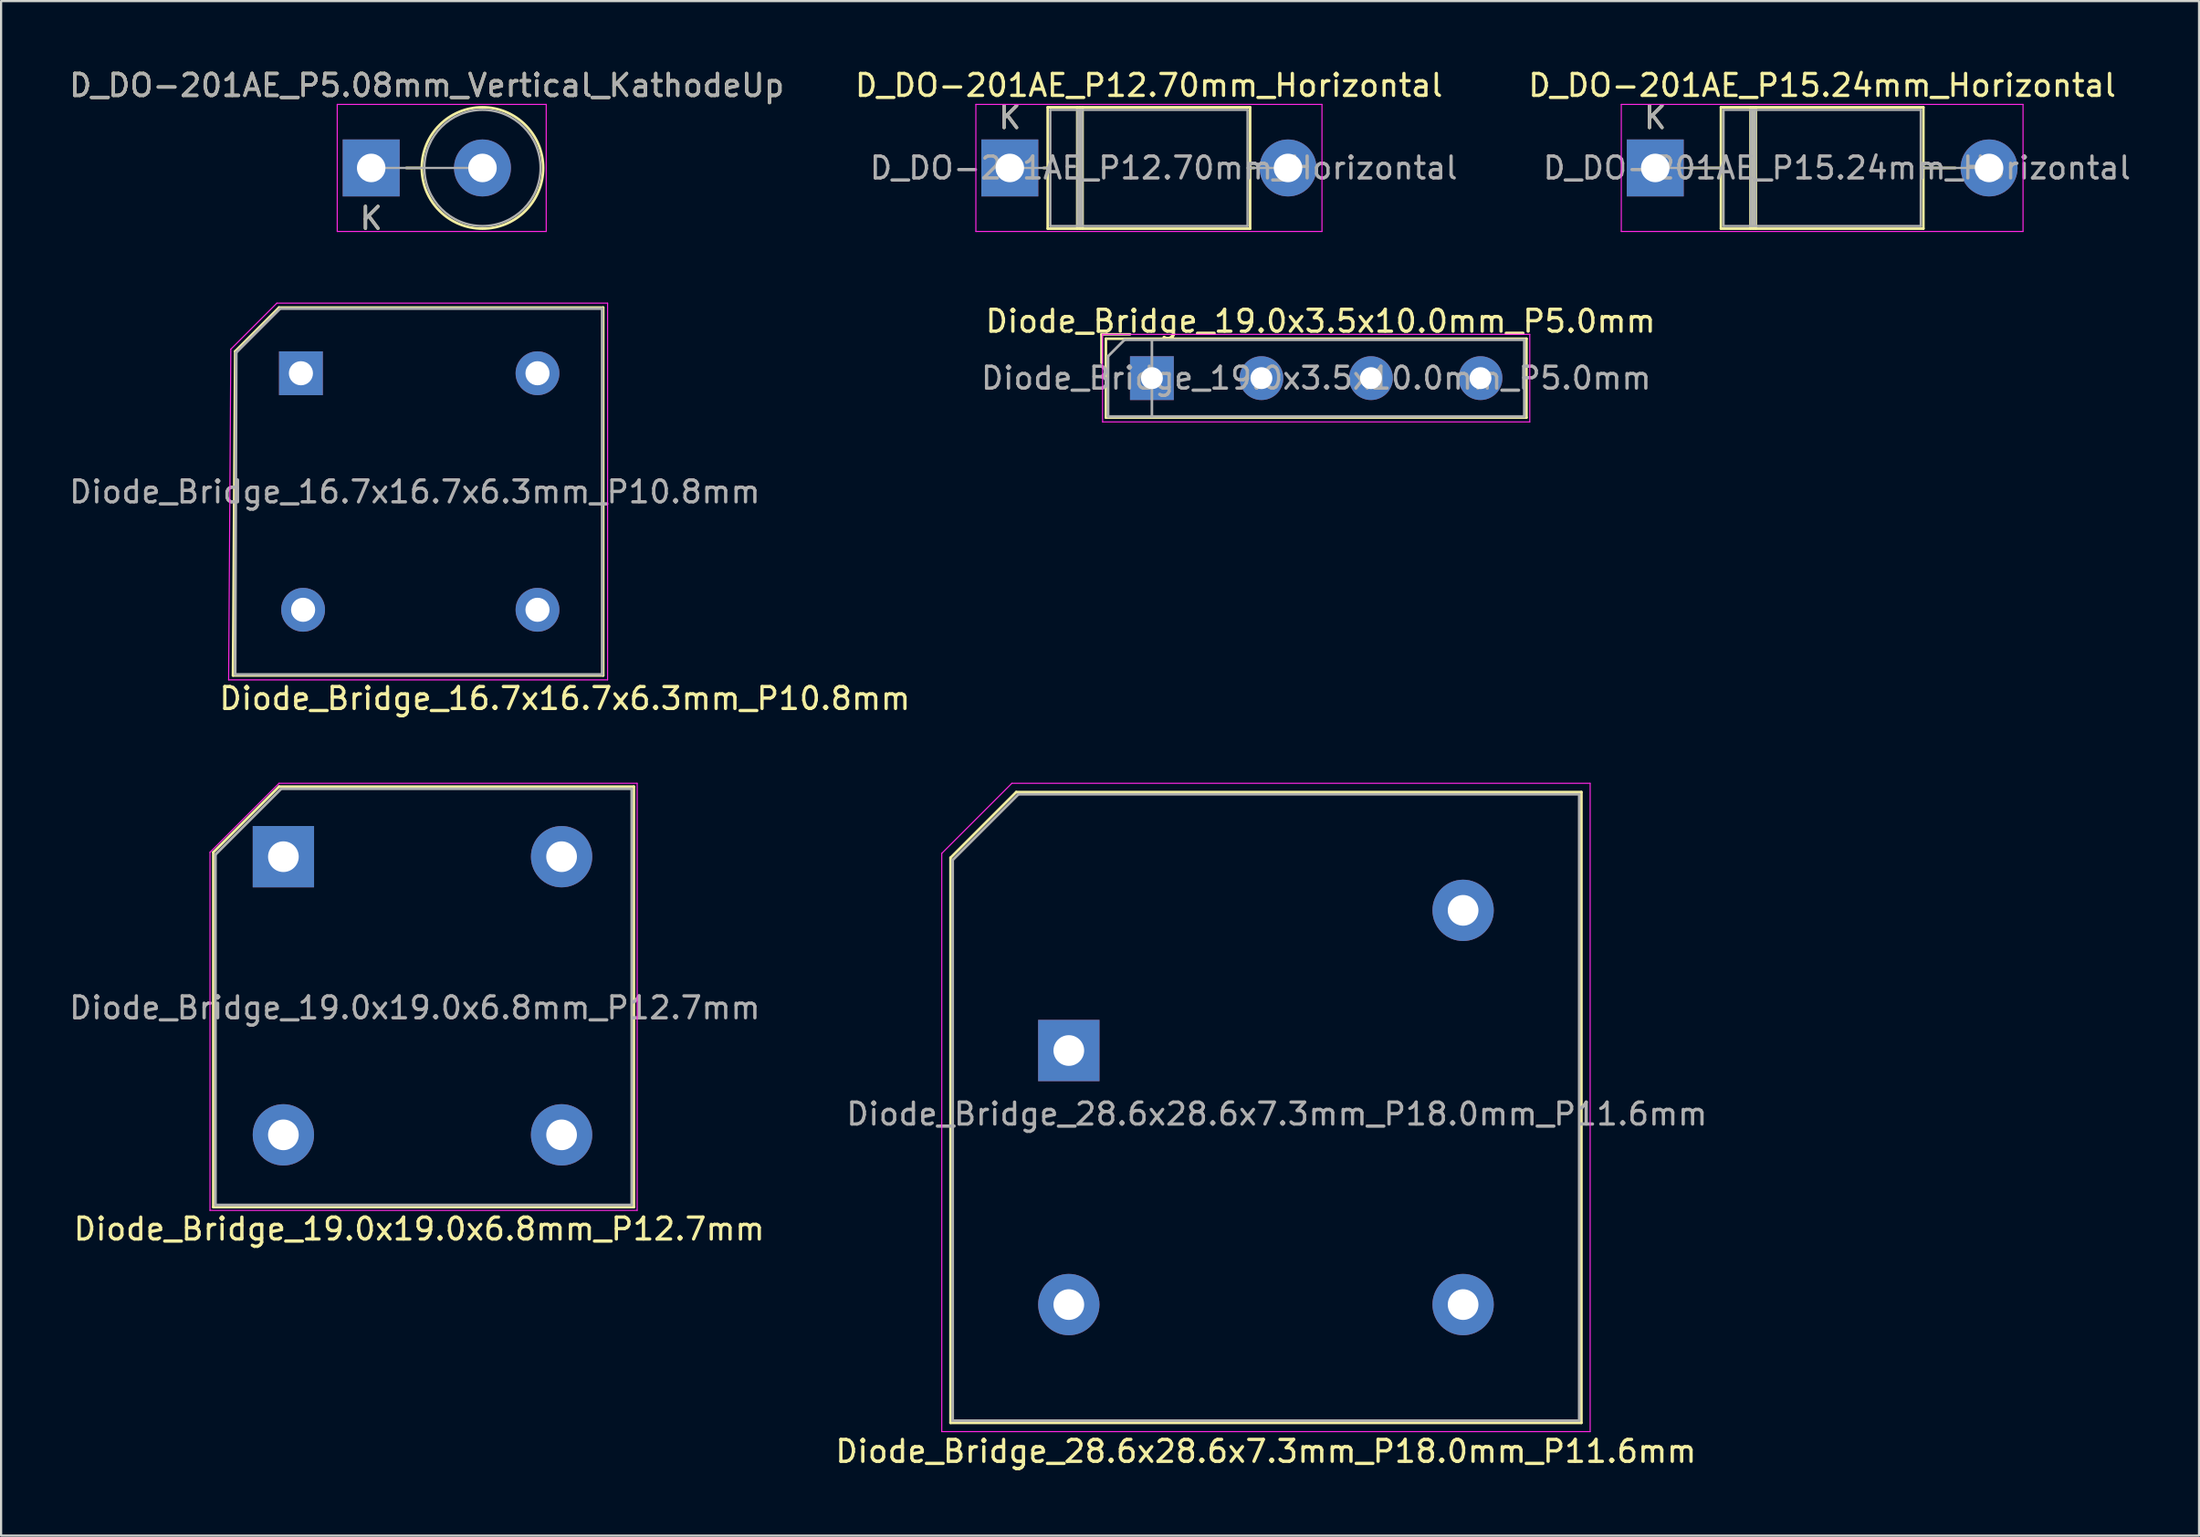
<source format=kicad_pcb>
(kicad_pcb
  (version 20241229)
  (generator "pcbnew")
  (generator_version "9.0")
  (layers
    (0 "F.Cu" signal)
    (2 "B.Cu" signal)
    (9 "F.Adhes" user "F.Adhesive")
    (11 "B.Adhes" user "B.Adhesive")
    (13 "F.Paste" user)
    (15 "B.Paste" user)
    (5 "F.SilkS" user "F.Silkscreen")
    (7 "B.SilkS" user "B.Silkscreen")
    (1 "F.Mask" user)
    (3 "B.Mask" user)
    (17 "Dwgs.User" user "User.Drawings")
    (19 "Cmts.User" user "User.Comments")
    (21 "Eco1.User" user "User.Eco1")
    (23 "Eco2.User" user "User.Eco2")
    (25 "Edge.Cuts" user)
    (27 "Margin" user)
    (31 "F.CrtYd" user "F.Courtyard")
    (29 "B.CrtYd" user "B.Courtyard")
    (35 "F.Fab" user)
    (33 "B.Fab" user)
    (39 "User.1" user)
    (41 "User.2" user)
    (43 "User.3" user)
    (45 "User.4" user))
  (footprint "D_DO-201AE_P5.08mm_Vertical_KathodeUp"
    (layer "F.Cu")
    (at 13.895 4.618)
    (property "Reference" "D_DO-201AE_P5.08mm_Vertical_KathodeUp" (at 2.54 -3.77 0) (layer "F.SilkS") (effects (font (size 1 1) (thickness 0.15))))
    (attr through_hole)
    (fp_line (start 2.31 0) (end 1.6 0) (stroke (width 0.12) (type solid)) (layer "F.SilkS"))
    (fp_circle (center 5.08 0) (end 7.85 0) (stroke (width 0.12) (type solid)) (fill no) (layer "F.SilkS"))
    (fp_line (start -1.55 -2.9) (end -1.55 2.9) (stroke (width 0.05) (type solid)) (layer "F.CrtYd"))
    (fp_line (start -1.55 2.9) (end 7.99 2.9) (stroke (width 0.05) (type solid)) (layer "F.CrtYd"))
    (fp_line (start 7.99 -2.9) (end -1.55 -2.9) (stroke (width 0.05) (type solid)) (layer "F.CrtYd"))
    (fp_line (start 7.99 2.9) (end 7.99 -2.9) (stroke (width 0.05) (type solid)) (layer "F.CrtYd"))
    (fp_line (start 0 0) (end 5.08 0) (stroke (width 0.1) (type solid)) (layer "F.Fab"))
    (fp_circle (center 5.08 0) (end 7.73 0) (stroke (width 0.1) (type solid)) (fill no) (layer "F.Fab"))
    (fp_text user "K" (at 0 2.3 0) (layer "F.SilkS") (effects (font (size 1 1) (thickness 0.15))))
    (fp_text user "${REFERENCE}" (at 2.54 -3.77 0) (layer "F.Fab") (effects (font (size 1 1) (thickness 0.15))))
    (fp_text user "K" (at 0 2.3 0) (layer "F.Fab") (effects (font (size 1 1) (thickness 0.15))))
    (pad "1" thru_hole rect (at 0 0) (size 2.6 2.6) (drill 1.3) (layers "*.Cu" "*.Mask"))
    (pad "2" thru_hole oval (at 5.08 0) (size 2.6 2.6) (drill 1.3) (layers "*.Cu" "*.Mask")))
  (footprint "D_DO-201AE_P12.70mm_Horizontal"
    (layer "F.Cu")
    (at 43.049 4.618)
    (property "Reference" "D_DO-201AE_P12.70mm_Horizontal" (at 6.35 -3.77 0) (layer "F.SilkS") (effects (font (size 1 1) (thickness 0.15))))
    (attr through_hole)
    (fp_line (start 1.54 0) (end 1.73 0) (stroke (width 0.12) (type solid)) (layer "F.SilkS"))
    (fp_line (start 1.73 -2.77) (end 1.73 2.77) (stroke (width 0.12) (type solid)) (layer "F.SilkS"))
    (fp_line (start 1.73 2.77) (end 10.97 2.77) (stroke (width 0.12) (type solid)) (layer "F.SilkS"))
    (fp_line (start 3.08 -2.77) (end 3.08 2.77) (stroke (width 0.12) (type solid)) (layer "F.SilkS"))
    (fp_line (start 3.2 -2.77) (end 3.2 2.77) (stroke (width 0.12) (type solid)) (layer "F.SilkS"))
    (fp_line (start 3.32 -2.77) (end 3.32 2.77) (stroke (width 0.12) (type solid)) (layer "F.SilkS"))
    (fp_line (start 10.97 -2.77) (end 1.73 -2.77) (stroke (width 0.12) (type solid)) (layer "F.SilkS"))
    (fp_line (start 10.97 2.77) (end 10.97 -2.77) (stroke (width 0.12) (type solid)) (layer "F.SilkS"))
    (fp_line (start 11.16 0) (end 10.97 0) (stroke (width 0.12) (type solid)) (layer "F.SilkS"))
    (fp_line (start -1.55 -2.9) (end -1.55 2.9) (stroke (width 0.05) (type solid)) (layer "F.CrtYd"))
    (fp_line (start -1.55 2.9) (end 14.25 2.9) (stroke (width 0.05) (type solid)) (layer "F.CrtYd"))
    (fp_line (start 14.25 -2.9) (end -1.55 -2.9) (stroke (width 0.05) (type solid)) (layer "F.CrtYd"))
    (fp_line (start 14.25 2.9) (end 14.25 -2.9) (stroke (width 0.05) (type solid)) (layer "F.CrtYd"))
    (fp_line (start 0 0) (end 1.85 0) (stroke (width 0.1) (type solid)) (layer "F.Fab"))
    (fp_line (start 1.85 -2.65) (end 1.85 2.65) (stroke (width 0.1) (type solid)) (layer "F.Fab"))
    (fp_line (start 1.85 2.65) (end 10.85 2.65) (stroke (width 0.1) (type solid)) (layer "F.Fab"))
    (fp_line (start 3.1 -2.65) (end 3.1 2.65) (stroke (width 0.1) (type solid)) (layer "F.Fab"))
    (fp_line (start 3.2 -2.65) (end 3.2 2.65) (stroke (width 0.1) (type solid)) (layer "F.Fab"))
    (fp_line (start 3.3 -2.65) (end 3.3 2.65) (stroke (width 0.1) (type solid)) (layer "F.Fab"))
    (fp_line (start 10.85 -2.65) (end 1.85 -2.65) (stroke (width 0.1) (type solid)) (layer "F.Fab"))
    (fp_line (start 10.85 2.65) (end 10.85 -2.65) (stroke (width 0.1) (type solid)) (layer "F.Fab"))
    (fp_line (start 12.7 0) (end 10.85 0) (stroke (width 0.1) (type solid)) (layer "F.Fab"))
    (fp_text user "K" (at 0 -2.3 0) (layer "F.SilkS") (effects (font (size 1 1) (thickness 0.15))))
    (fp_text user "${REFERENCE}" (at 7.025 0 0) (layer "F.Fab") (effects (font (size 1 1) (thickness 0.15))))
    (fp_text user "K" (at 0 -2.3 0) (layer "F.Fab") (effects (font (size 1 1) (thickness 0.15))))
    (pad "1" thru_hole rect (at 0 0) (size 2.6 2.6) (drill 1.3) (layers "*.Cu" "*.Mask"))
    (pad "2" thru_hole oval (at 12.7 0) (size 2.6 2.6) (drill 1.3) (layers "*.Cu" "*.Mask")))
  (footprint "Diode_Bridge_19.0x19.0x6.8mm_P12.7mm"
    (layer "F.Cu")
    (at 9.887 36.065)
    (property "Reference" "Diode_Bridge_19.0x19.0x6.8mm_P12.7mm" (at 6.2 17 180) (layer "F.SilkS") (effects (font (size 1 1) (thickness 0.15))))
    (attr through_hole)
    (fp_line (start -3.2 -0.2) (end -0.2 -3.2) (stroke (width 0.12) (type solid)) (layer "F.SilkS"))
    (fp_line (start -3.2 16) (end -3.2 -0.2) (stroke (width 0.12) (type solid)) (layer "F.SilkS"))
    (fp_line (start -0.2 -3.2) (end 16 -3.2) (stroke (width 0.12) (type solid)) (layer "F.SilkS"))
    (fp_line (start 16 -3.2) (end 16 16) (stroke (width 0.12) (type solid)) (layer "F.SilkS"))
    (fp_line (start 16 16) (end -3.2 16) (stroke (width 0.12) (type solid)) (layer "F.SilkS"))
    (fp_line (start -3.35 -0.2) (end -3.35 16.15) (stroke (width 0.05) (type solid)) (layer "F.CrtYd"))
    (fp_line (start -3.35 16.15) (end 16.15 16.15) (stroke (width 0.05) (type solid)) (layer "F.CrtYd"))
    (fp_line (start -0.2 -3.35) (end -3.35 -0.2) (stroke (width 0.05) (type solid)) (layer "F.CrtYd"))
    (fp_line (start 16.15 -3.35) (end -0.2 -3.35) (stroke (width 0.05) (type solid)) (layer "F.CrtYd"))
    (fp_line (start 16.15 16.15) (end 16.15 -3.35) (stroke (width 0.05) (type solid)) (layer "F.CrtYd"))
    (fp_line (start -3.1 -0.1) (end -0.1 -3.1) (stroke (width 0.12) (type solid)) (layer "F.Fab"))
    (fp_line (start -3.1 15.9) (end -3.1 -0.1) (stroke (width 0.12) (type solid)) (layer "F.Fab"))
    (fp_line (start -0.1 -3.1) (end 15.9 -3.1) (stroke (width 0.12) (type solid)) (layer "F.Fab"))
    (fp_line (start 15.9 -3.1) (end 15.9 15.9) (stroke (width 0.12) (type solid)) (layer "F.Fab"))
    (fp_line (start 15.9 15.9) (end -3.1 15.9) (stroke (width 0.12) (type solid)) (layer "F.Fab"))
    (fp_text user "${REFERENCE}" (at 6 6.9 180) (layer "F.Fab") (effects (font (size 1 1) (thickness 0.15))))
    (pad "1" thru_hole rect (at 0 0 180) (size 2.8 2.8) (drill 1.4) (layers "*.Cu" "*.Mask"))
    (pad "2" thru_hole circle (at 0 12.7 180) (size 2.8 2.8) (drill 1.4) (layers "*.Cu" "*.Mask"))
    (pad "3" thru_hole circle (at 12.7 12.7 180) (size 2.8 2.8) (drill 1.4) (layers "*.Cu" "*.Mask"))
    (pad "4" thru_hole circle (at 12.7 0 180) (size 2.8 2.8) (drill 1.4) (layers "*.Cu" "*.Mask")))
  (footprint "Diode_Bridge_28.6x28.6x7.3mm_P18.0mm_P11.6mm"
    (layer "F.Cu")
    (at 45.742 44.915)
    (property "Reference" "Diode_Bridge_28.6x28.6x7.3mm_P18.0mm_P11.6mm" (at 9 18.3 180) (layer "F.SilkS") (effects (font (size 1 1) (thickness 0.15))))
    (attr through_hole)
    (fp_line (start -5.4 -8.8) (end -5.4 17) (stroke (width 0.12) (type solid)) (layer "F.SilkS"))
    (fp_line (start -5.4 17) (end 23.4 17) (stroke (width 0.12) (type solid)) (layer "F.SilkS"))
    (fp_line (start -2.4 -11.8) (end -5.4 -8.8) (stroke (width 0.12) (type solid)) (layer "F.SilkS"))
    (fp_line (start 23.4 -11.8) (end -2.4 -11.8) (stroke (width 0.12) (type solid)) (layer "F.SilkS"))
    (fp_line (start 23.4 17) (end 23.4 -11.8) (stroke (width 0.12) (type solid)) (layer "F.SilkS"))
    (fp_line (start -5.8 -9) (end -5.8 17.4) (stroke (width 0.05) (type solid)) (layer "F.CrtYd"))
    (fp_line (start -5.8 17.4) (end 23.8 17.4) (stroke (width 0.05) (type solid)) (layer "F.CrtYd"))
    (fp_line (start -2.6 -12.2) (end -5.8 -9) (stroke (width 0.05) (type solid)) (layer "F.CrtYd"))
    (fp_line (start 23.8 -12.2) (end -2.6 -12.2) (stroke (width 0.05) (type solid)) (layer "F.CrtYd"))
    (fp_line (start 23.8 17.4) (end 23.8 -12.2) (stroke (width 0.05) (type solid)) (layer "F.CrtYd"))
    (fp_line (start -5.3 -8.7) (end -5.3 16.9) (stroke (width 0.12) (type solid)) (layer "F.Fab"))
    (fp_line (start -5.3 16.9) (end 23.3 16.9) (stroke (width 0.12) (type solid)) (layer "F.Fab"))
    (fp_line (start -2.3 -11.7) (end -5.3 -8.7) (stroke (width 0.12) (type solid)) (layer "F.Fab"))
    (fp_line (start 23.3 -11.7) (end -2.3 -11.7) (stroke (width 0.12) (type solid)) (layer "F.Fab"))
    (fp_line (start 23.3 16.9) (end 23.3 -11.7) (stroke (width 0.12) (type solid)) (layer "F.Fab"))
    (fp_text user "${REFERENCE}" (at 9.5 2.9 180) (layer "F.Fab") (effects (font (size 1 1) (thickness 0.15))))
    (pad "1" thru_hole rect (at 0 0 180) (size 2.8 2.8) (drill 1.4) (layers "*.Cu" "*.Mask"))
    (pad "2" thru_hole circle (at 0 11.6 180) (size 2.8 2.8) (drill 1.4) (layers "*.Cu" "*.Mask"))
    (pad "3" thru_hole circle (at 18 11.6 180) (size 2.8 2.8) (drill 1.4) (layers "*.Cu" "*.Mask"))
    (pad "4" thru_hole circle (at 18 -6.4 180) (size 2.8 2.8) (drill 1.4) (layers "*.Cu" "*.Mask")))
  (footprint "Diode_Bridge_19.0x3.5x10.0mm_P5.0mm"
    (layer "F.Cu")
    (at 49.535 14.215)
    (property "Reference" "Diode_Bridge_19.0x3.5x10.0mm_P5.0mm" (at 7.7 -2.6 180) (layer "F.SilkS") (effects (font (size 1 1) (thickness 0.15))))
    (attr through_hole)
    (fp_line (start -2.3 -2) (end -1 -2) (stroke (width 0.12) (type solid)) (layer "F.SilkS"))
    (fp_line (start -2.3 -0.7) (end -2.3 -2) (stroke (width 0.12) (type solid)) (layer "F.SilkS"))
    (fp_line (start -2.1 -1.8) (end 17.1 -1.8) (stroke (width 0.12) (type solid)) (layer "F.SilkS"))
    (fp_line (start -2.1 1.8) (end -2.1 -1.8) (stroke (width 0.12) (type solid)) (layer "F.SilkS"))
    (fp_line (start 17.1 -1.8) (end 17.1 1.8) (stroke (width 0.12) (type solid)) (layer "F.SilkS"))
    (fp_line (start 17.1 1.8) (end -2.1 1.8) (stroke (width 0.12) (type solid)) (layer "F.SilkS"))
    (fp_line (start -2.25 -2) (end -2.25 2) (stroke (width 0.05) (type solid)) (layer "F.CrtYd"))
    (fp_line (start -2.25 -2) (end 17.25 -2) (stroke (width 0.05) (type solid)) (layer "F.CrtYd"))
    (fp_line (start 17.25 2) (end -2.25 2) (stroke (width 0.05) (type solid)) (layer "F.CrtYd"))
    (fp_line (start 17.25 2) (end 17.25 -2) (stroke (width 0.05) (type solid)) (layer "F.CrtYd"))
    (fp_line (start -2 -1) (end -1.25 -1.75) (stroke (width 0.12) (type solid)) (layer "F.Fab"))
    (fp_line (start -2 1.75) (end -2 -1) (stroke (width 0.12) (type solid)) (layer "F.Fab"))
    (fp_line (start -1.25 -1.75) (end 17 -1.75) (stroke (width 0.12) (type solid)) (layer "F.Fab"))
    (fp_line (start 0 -1.75) (end 0 1.75) (stroke (width 0.12) (type solid)) (layer "F.Fab"))
    (fp_line (start 17 -1.75) (end 17 1.75) (stroke (width 0.12) (type solid)) (layer "F.Fab"))
    (fp_line (start 17 1.75) (end -2 1.75) (stroke (width 0.12) (type solid)) (layer "F.Fab"))
    (fp_text user "${REFERENCE}" (at 7.5 0 180) (layer "F.Fab") (effects (font (size 1 1) (thickness 0.15))))
    (pad "1" thru_hole rect (at 0 0) (size 2 2) (drill 1) (layers "*.Cu" "*.Mask"))
    (pad "2" thru_hole circle (at 5 0) (size 2 2) (drill 1) (layers "*.Cu" "*.Mask"))
    (pad "3" thru_hole circle (at 10 0) (size 2 2) (drill 1) (layers "*.Cu" "*.Mask"))
    (pad "4" thru_hole circle (at 15 0) (size 2 2) (drill 1) (layers "*.Cu" "*.Mask")))
  (footprint "D_DO-201AE_P15.24mm_Horizontal"
    (layer "F.Cu")
    (at 72.513 4.618)
    (property "Reference" "D_DO-201AE_P15.24mm_Horizontal" (at 7.62 -3.77 0) (layer "F.SilkS") (effects (font (size 1 1) (thickness 0.15))))
    (attr through_hole)
    (fp_line (start 1.54 0) (end 3 0) (stroke (width 0.12) (type solid)) (layer "F.SilkS"))
    (fp_line (start 3 -2.77) (end 3 2.77) (stroke (width 0.12) (type solid)) (layer "F.SilkS"))
    (fp_line (start 3 2.77) (end 12.24 2.77) (stroke (width 0.12) (type solid)) (layer "F.SilkS"))
    (fp_line (start 4.35 -2.77) (end 4.35 2.77) (stroke (width 0.12) (type solid)) (layer "F.SilkS"))
    (fp_line (start 4.47 -2.77) (end 4.47 2.77) (stroke (width 0.12) (type solid)) (layer "F.SilkS"))
    (fp_line (start 4.59 -2.77) (end 4.59 2.77) (stroke (width 0.12) (type solid)) (layer "F.SilkS"))
    (fp_line (start 12.24 -2.77) (end 3 -2.77) (stroke (width 0.12) (type solid)) (layer "F.SilkS"))
    (fp_line (start 12.24 2.77) (end 12.24 -2.77) (stroke (width 0.12) (type solid)) (layer "F.SilkS"))
    (fp_line (start 13.7 0) (end 12.24 0) (stroke (width 0.12) (type solid)) (layer "F.SilkS"))
    (fp_line (start -1.55 -2.9) (end -1.55 2.9) (stroke (width 0.05) (type solid)) (layer "F.CrtYd"))
    (fp_line (start -1.55 2.9) (end 16.79 2.9) (stroke (width 0.05) (type solid)) (layer "F.CrtYd"))
    (fp_line (start 16.79 -2.9) (end -1.55 -2.9) (stroke (width 0.05) (type solid)) (layer "F.CrtYd"))
    (fp_line (start 16.79 2.9) (end 16.79 -2.9) (stroke (width 0.05) (type solid)) (layer "F.CrtYd"))
    (fp_line (start 0 0) (end 3.12 0) (stroke (width 0.1) (type solid)) (layer "F.Fab"))
    (fp_line (start 3.12 -2.65) (end 3.12 2.65) (stroke (width 0.1) (type solid)) (layer "F.Fab"))
    (fp_line (start 3.12 2.65) (end 12.12 2.65) (stroke (width 0.1) (type solid)) (layer "F.Fab"))
    (fp_line (start 4.37 -2.65) (end 4.37 2.65) (stroke (width 0.1) (type solid)) (layer "F.Fab"))
    (fp_line (start 4.47 -2.65) (end 4.47 2.65) (stroke (width 0.1) (type solid)) (layer "F.Fab"))
    (fp_line (start 4.57 -2.65) (end 4.57 2.65) (stroke (width 0.1) (type solid)) (layer "F.Fab"))
    (fp_line (start 12.12 -2.65) (end 3.12 -2.65) (stroke (width 0.1) (type solid)) (layer "F.Fab"))
    (fp_line (start 12.12 2.65) (end 12.12 -2.65) (stroke (width 0.1) (type solid)) (layer "F.Fab"))
    (fp_line (start 15.24 0) (end 12.12 0) (stroke (width 0.1) (type solid)) (layer "F.Fab"))
    (fp_text user "K" (at 0 -2.3 0) (layer "F.SilkS") (effects (font (size 1 1) (thickness 0.15))))
    (fp_text user "K" (at 0 -2.3 0) (layer "F.Fab") (effects (font (size 1 1) (thickness 0.15))))
    (fp_text user "${REFERENCE}" (at 8.295 0 0) (layer "F.Fab") (effects (font (size 1 1) (thickness 0.15))))
    (pad "1" thru_hole rect (at 0 0) (size 2.6 2.6) (drill 1.3) (layers "*.Cu" "*.Mask"))
    (pad "2" thru_hole oval (at 15.24 0) (size 2.6 2.6) (drill 1.3) (layers "*.Cu" "*.Mask")))
  (footprint "Diode_Bridge_16.7x16.7x6.3mm_P10.8mm"
    (layer "F.Cu")
    (at 10.687 13.992)
    (property "Reference" "Diode_Bridge_16.7x16.7x6.3mm_P10.8mm" (at 12.05 14.85 180) (layer "F.SilkS") (effects (font (size 1 1) (thickness 0.15))))
    (attr through_hole)
    (fp_line (start -3.1 13.8) (end 13.8 13.8) (stroke (width 0.12) (type solid)) (layer "F.SilkS"))
    (fp_line (start -3 -1) (end -3.1 13.8) (stroke (width 0.12) (type solid)) (layer "F.SilkS"))
    (fp_line (start -1 -3) (end -3 -1) (stroke (width 0.12) (type solid)) (layer "F.SilkS"))
    (fp_line (start 13.8 -3) (end -1 -3) (stroke (width 0.12) (type solid)) (layer "F.SilkS"))
    (fp_line (start 13.8 13.8) (end 13.8 -3) (stroke (width 0.12) (type solid)) (layer "F.SilkS"))
    (fp_line (start -3.3 14) (end -3.2 -1.1) (stroke (width 0.05) (type solid)) (layer "F.CrtYd"))
    (fp_line (start -3.2 -1.1) (end -1.1 -3.2) (stroke (width 0.05) (type solid)) (layer "F.CrtYd"))
    (fp_line (start -1.1 -3.2) (end 14 -3.2) (stroke (width 0.05) (type solid)) (layer "F.CrtYd"))
    (fp_line (start 14 -3.2) (end 14 14) (stroke (width 0.05) (type solid)) (layer "F.CrtYd"))
    (fp_line (start 14 14) (end -3.3 14) (stroke (width 0.05) (type solid)) (layer "F.CrtYd"))
    (fp_line (start -3 13.75) (end -2.95 -0.95) (stroke (width 0.12) (type solid)) (layer "F.Fab"))
    (fp_line (start -2.95 -0.95) (end -0.95 -2.95) (stroke (width 0.12) (type solid)) (layer "F.Fab"))
    (fp_line (start -0.95 -2.95) (end 13.75 -2.95) (stroke (width 0.12) (type solid)) (layer "F.Fab"))
    (fp_line (start 13.75 -2.95) (end 13.75 13.75) (stroke (width 0.12) (type solid)) (layer "F.Fab"))
    (fp_line (start 13.75 13.75) (end -3 13.75) (stroke (width 0.12) (type solid)) (layer "F.Fab"))
    (fp_text user "${REFERENCE}" (at 5.2 5.415 180) (layer "F.Fab") (effects (font (size 1 1) (thickness 0.15))))
    (pad "1" thru_hole rect (at 0 0 180) (size 2 2) (drill 1.1) (layers "*.Cu" "*.Mask"))
    (pad "2" thru_hole circle (at 0.1 10.8 180) (size 2 2) (drill 1.1) (layers "*.Cu" "*.Mask"))
    (pad "3" thru_hole circle (at 10.8 10.8 180) (size 2 2) (drill 1.1) (layers "*.Cu" "*.Mask"))
    (pad "4" thru_hole circle (at 10.8 0 180) (size 2 2) (drill 1.1) (layers "*.Cu" "*.Mask")))
  (gr_rect
    (start -3 -3)
    (end 97.338 67.063)
    (stroke (width 0.1) (type default))
    (fill no)
    (layer "Edge.Cuts")))
</source>
